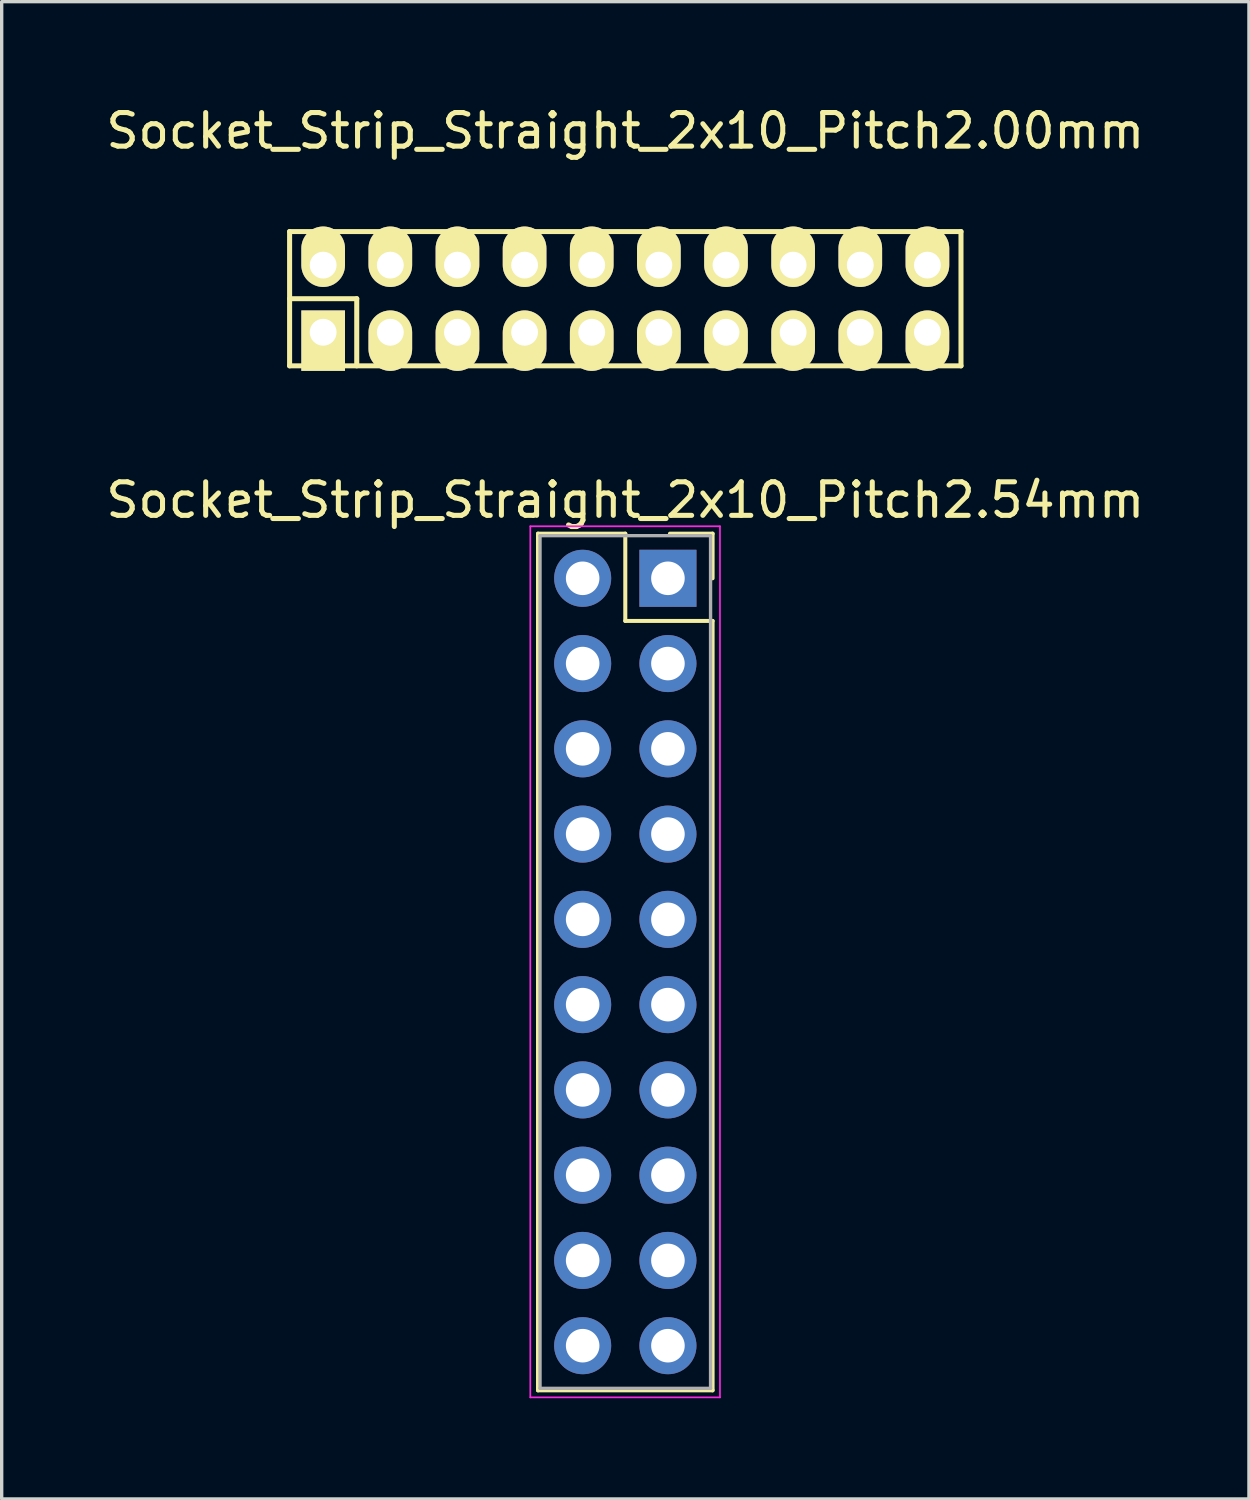
<source format=kicad_pcb>
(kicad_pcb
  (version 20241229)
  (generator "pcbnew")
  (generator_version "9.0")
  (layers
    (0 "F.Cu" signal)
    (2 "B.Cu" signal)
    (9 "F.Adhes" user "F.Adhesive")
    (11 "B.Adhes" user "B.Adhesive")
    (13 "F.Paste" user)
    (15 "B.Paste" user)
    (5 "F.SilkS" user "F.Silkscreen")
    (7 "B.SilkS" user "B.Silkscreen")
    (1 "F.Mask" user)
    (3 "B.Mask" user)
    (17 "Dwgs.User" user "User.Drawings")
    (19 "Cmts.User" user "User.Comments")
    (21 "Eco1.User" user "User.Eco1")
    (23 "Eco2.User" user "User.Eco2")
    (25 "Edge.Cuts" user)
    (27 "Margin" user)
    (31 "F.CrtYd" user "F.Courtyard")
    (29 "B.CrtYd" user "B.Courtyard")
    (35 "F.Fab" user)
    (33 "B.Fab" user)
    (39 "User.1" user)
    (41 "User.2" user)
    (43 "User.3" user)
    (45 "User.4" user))
  (footprint "Socket_Strip_Straight_2x10_Pitch2.00mm"
    (layer "F.Cu")
    (at 15.577 5.848)
    (property "Reference" "Socket_Strip_Straight_2x10_Pitch2.00mm" (at 0 -5 0) (layer "F.SilkS") (effects (font (size 1 1) (thickness 0.15))))
    (attr through_hole)
    (fp_line (start -10 -2) (end 10 -2) (stroke (width 0.15) (type solid)) (layer "F.SilkS"))
    (fp_line (start -10 0) (end -8 0) (stroke (width 0.15) (type solid)) (layer "F.SilkS"))
    (fp_line (start -10 2) (end -10 -2) (stroke (width 0.15) (type solid)) (layer "F.SilkS"))
    (fp_line (start -8 0) (end -8 2) (stroke (width 0.15) (type solid)) (layer "F.SilkS"))
    (fp_line (start 10 -2) (end 10 2) (stroke (width 0.15) (type solid)) (layer "F.SilkS"))
    (fp_line (start 10 2) (end -10 2) (stroke (width 0.15) (type solid)) (layer "F.SilkS"))
    (pad "1" thru_hole rect (at -9 1) (size 1.3 1.8) (drill 0.8 (offset 0 0.25)) (layers "*.Cu" "*.Mask" "F.SilkS"))
    (pad "2" thru_hole oval (at -9 -1) (size 1.3 1.8) (drill 0.8 (offset 0 -0.25)) (layers "*.Cu" "*.Mask" "F.SilkS"))
    (pad "3" thru_hole oval (at -7 1) (size 1.3 1.8) (drill 0.8 (offset 0 0.25)) (layers "*.Cu" "*.Mask" "F.SilkS"))
    (pad "4" thru_hole oval (at -7 -1) (size 1.3 1.8) (drill 0.8 (offset 0 -0.25)) (layers "*.Cu" "*.Mask" "F.SilkS"))
    (pad "5" thru_hole oval (at -5 1) (size 1.3 1.8) (drill 0.8 (offset 0 0.25)) (layers "*.Cu" "*.Mask" "F.SilkS"))
    (pad "6" thru_hole oval (at -5 -1) (size 1.3 1.8) (drill 0.8 (offset 0 -0.25)) (layers "*.Cu" "*.Mask" "F.SilkS"))
    (pad "7" thru_hole oval (at -3 1) (size 1.3 1.8) (drill 0.8 (offset 0 0.25)) (layers "*.Cu" "*.Mask" "F.SilkS"))
    (pad "8" thru_hole oval (at -3 -1) (size 1.3 1.8) (drill 0.8 (offset 0 -0.25)) (layers "*.Cu" "*.Mask" "F.SilkS"))
    (pad "9" thru_hole oval (at -1 1) (size 1.3 1.8) (drill 0.8 (offset 0 0.25)) (layers "*.Cu" "*.Mask" "F.SilkS"))
    (pad "10" thru_hole oval (at -1 -1) (size 1.3 1.8) (drill 0.8 (offset 0 -0.25)) (layers "*.Cu" "*.Mask" "F.SilkS"))
    (pad "11" thru_hole oval (at 1 1) (size 1.3 1.8) (drill 0.8 (offset 0 0.25)) (layers "*.Cu" "*.Mask" "F.SilkS"))
    (pad "12" thru_hole oval (at 1 -1) (size 1.3 1.8) (drill 0.8 (offset 0 -0.25)) (layers "*.Cu" "*.Mask" "F.SilkS"))
    (pad "13" thru_hole oval (at 3 1) (size 1.3 1.8) (drill 0.8 (offset 0 0.25)) (layers "*.Cu" "*.Mask" "F.SilkS"))
    (pad "14" thru_hole oval (at 3 -1) (size 1.3 1.8) (drill 0.8 (offset 0 -0.25)) (layers "*.Cu" "*.Mask" "F.SilkS"))
    (pad "15" thru_hole oval (at 5 1) (size 1.3 1.8) (drill 0.8 (offset 0 0.25)) (layers "*.Cu" "*.Mask" "F.SilkS"))
    (pad "16" thru_hole oval (at 5 -1) (size 1.3 1.8) (drill 0.8 (offset 0 -0.25)) (layers "*.Cu" "*.Mask" "F.SilkS"))
    (pad "17" thru_hole oval (at 7 1) (size 1.3 1.8) (drill 0.8 (offset 0 0.25)) (layers "*.Cu" "*.Mask" "F.SilkS"))
    (pad "18" thru_hole oval (at 7 -1) (size 1.3 1.8) (drill 0.8 (offset 0 -0.25)) (layers "*.Cu" "*.Mask" "F.SilkS"))
    (pad "19" thru_hole oval (at 9 1) (size 1.3 1.8) (drill 0.8 (offset 0 0.25)) (layers "*.Cu" "*.Mask" "F.SilkS"))
    (pad "20" thru_hole oval (at 9 -1) (size 1.3 1.8) (drill 0.8 (offset 0 -0.25)) (layers "*.Cu" "*.Mask" "F.SilkS")))
  (footprint "Socket_Strip_Straight_2x10_Pitch2.54mm"
    (layer "F.Cu")
    (at 16.847 14.177)
    (property "Reference" "Socket_Strip_Straight_2x10_Pitch2.54mm" (at -1.27 -2.33 0) (layer "F.SilkS") (effects (font (size 1 1) (thickness 0.15))))
    (attr through_hole)
    (fp_line (start -3.87 -1.33) (end -1.27 -1.33) (stroke (width 0.12) (type solid)) (layer "F.SilkS"))
    (fp_line (start -3.87 24.19) (end -3.87 -1.33) (stroke (width 0.12) (type solid)) (layer "F.SilkS"))
    (fp_line (start -1.27 -1.33) (end -1.27 1.27) (stroke (width 0.12) (type solid)) (layer "F.SilkS"))
    (fp_line (start -1.27 1.27) (end 1.33 1.27) (stroke (width 0.12) (type solid)) (layer "F.SilkS"))
    (fp_line (start 1.33 -1.33) (end 0.06 -1.33) (stroke (width 0.12) (type solid)) (layer "F.SilkS"))
    (fp_line (start 1.33 0) (end 1.33 -1.33) (stroke (width 0.12) (type solid)) (layer "F.SilkS"))
    (fp_line (start 1.33 1.27) (end 1.33 24.19) (stroke (width 0.12) (type solid)) (layer "F.SilkS"))
    (fp_line (start 1.33 24.19) (end -3.87 24.19) (stroke (width 0.12) (type solid)) (layer "F.SilkS"))
    (fp_line (start -4.1 -1.55) (end -4.1 24.4) (stroke (width 0.05) (type solid)) (layer "F.CrtYd"))
    (fp_line (start -4.1 24.4) (end 1.55 24.4) (stroke (width 0.05) (type solid)) (layer "F.CrtYd"))
    (fp_line (start 1.55 -1.55) (end -4.1 -1.55) (stroke (width 0.05) (type solid)) (layer "F.CrtYd"))
    (fp_line (start 1.55 24.4) (end 1.55 -1.55) (stroke (width 0.05) (type solid)) (layer "F.CrtYd"))
    (fp_line (start -3.81 -1.27) (end -3.81 24.13) (stroke (width 0.1) (type solid)) (layer "F.Fab"))
    (fp_line (start -3.81 24.13) (end 1.27 24.13) (stroke (width 0.1) (type solid)) (layer "F.Fab"))
    (fp_line (start 1.27 -1.27) (end -3.81 -1.27) (stroke (width 0.1) (type solid)) (layer "F.Fab"))
    (fp_line (start 1.27 24.13) (end 1.27 -1.27) (stroke (width 0.1) (type solid)) (layer "F.Fab"))
    (pad "1" thru_hole rect (at 0 0) (size 1.7 1.7) (drill 1) (layers "*.Cu" "*.Mask"))
    (pad "2" thru_hole oval (at -2.54 0) (size 1.7 1.7) (drill 1) (layers "*.Cu" "*.Mask"))
    (pad "3" thru_hole oval (at 0 2.54) (size 1.7 1.7) (drill 1) (layers "*.Cu" "*.Mask"))
    (pad "4" thru_hole oval (at -2.54 2.54) (size 1.7 1.7) (drill 1) (layers "*.Cu" "*.Mask"))
    (pad "5" thru_hole oval (at 0 5.08) (size 1.7 1.7) (drill 1) (layers "*.Cu" "*.Mask"))
    (pad "6" thru_hole oval (at -2.54 5.08) (size 1.7 1.7) (drill 1) (layers "*.Cu" "*.Mask"))
    (pad "7" thru_hole oval (at 0 7.62) (size 1.7 1.7) (drill 1) (layers "*.Cu" "*.Mask"))
    (pad "8" thru_hole oval (at -2.54 7.62) (size 1.7 1.7) (drill 1) (layers "*.Cu" "*.Mask"))
    (pad "9" thru_hole oval (at 0 10.16) (size 1.7 1.7) (drill 1) (layers "*.Cu" "*.Mask"))
    (pad "10" thru_hole oval (at -2.54 10.16) (size 1.7 1.7) (drill 1) (layers "*.Cu" "*.Mask"))
    (pad "11" thru_hole oval (at 0 12.7) (size 1.7 1.7) (drill 1) (layers "*.Cu" "*.Mask"))
    (pad "12" thru_hole oval (at -2.54 12.7) (size 1.7 1.7) (drill 1) (layers "*.Cu" "*.Mask"))
    (pad "13" thru_hole oval (at 0 15.24) (size 1.7 1.7) (drill 1) (layers "*.Cu" "*.Mask"))
    (pad "14" thru_hole oval (at -2.54 15.24) (size 1.7 1.7) (drill 1) (layers "*.Cu" "*.Mask"))
    (pad "15" thru_hole oval (at 0 17.78) (size 1.7 1.7) (drill 1) (layers "*.Cu" "*.Mask"))
    (pad "16" thru_hole oval (at -2.54 17.78) (size 1.7 1.7) (drill 1) (layers "*.Cu" "*.Mask"))
    (pad "17" thru_hole oval (at 0 20.32) (size 1.7 1.7) (drill 1) (layers "*.Cu" "*.Mask"))
    (pad "18" thru_hole oval (at -2.54 20.32) (size 1.7 1.7) (drill 1) (layers "*.Cu" "*.Mask"))
    (pad "19" thru_hole oval (at 0 22.86) (size 1.7 1.7) (drill 1) (layers "*.Cu" "*.Mask"))
    (pad "20" thru_hole oval (at -2.54 22.86) (size 1.7 1.7) (drill 1) (layers "*.Cu" "*.Mask")))
  (gr_rect
    (start -3 -3)
    (end 34.155 41.602)
    (stroke (width 0.1) (type default))
    (fill no)
    (layer "Edge.Cuts")))
</source>
